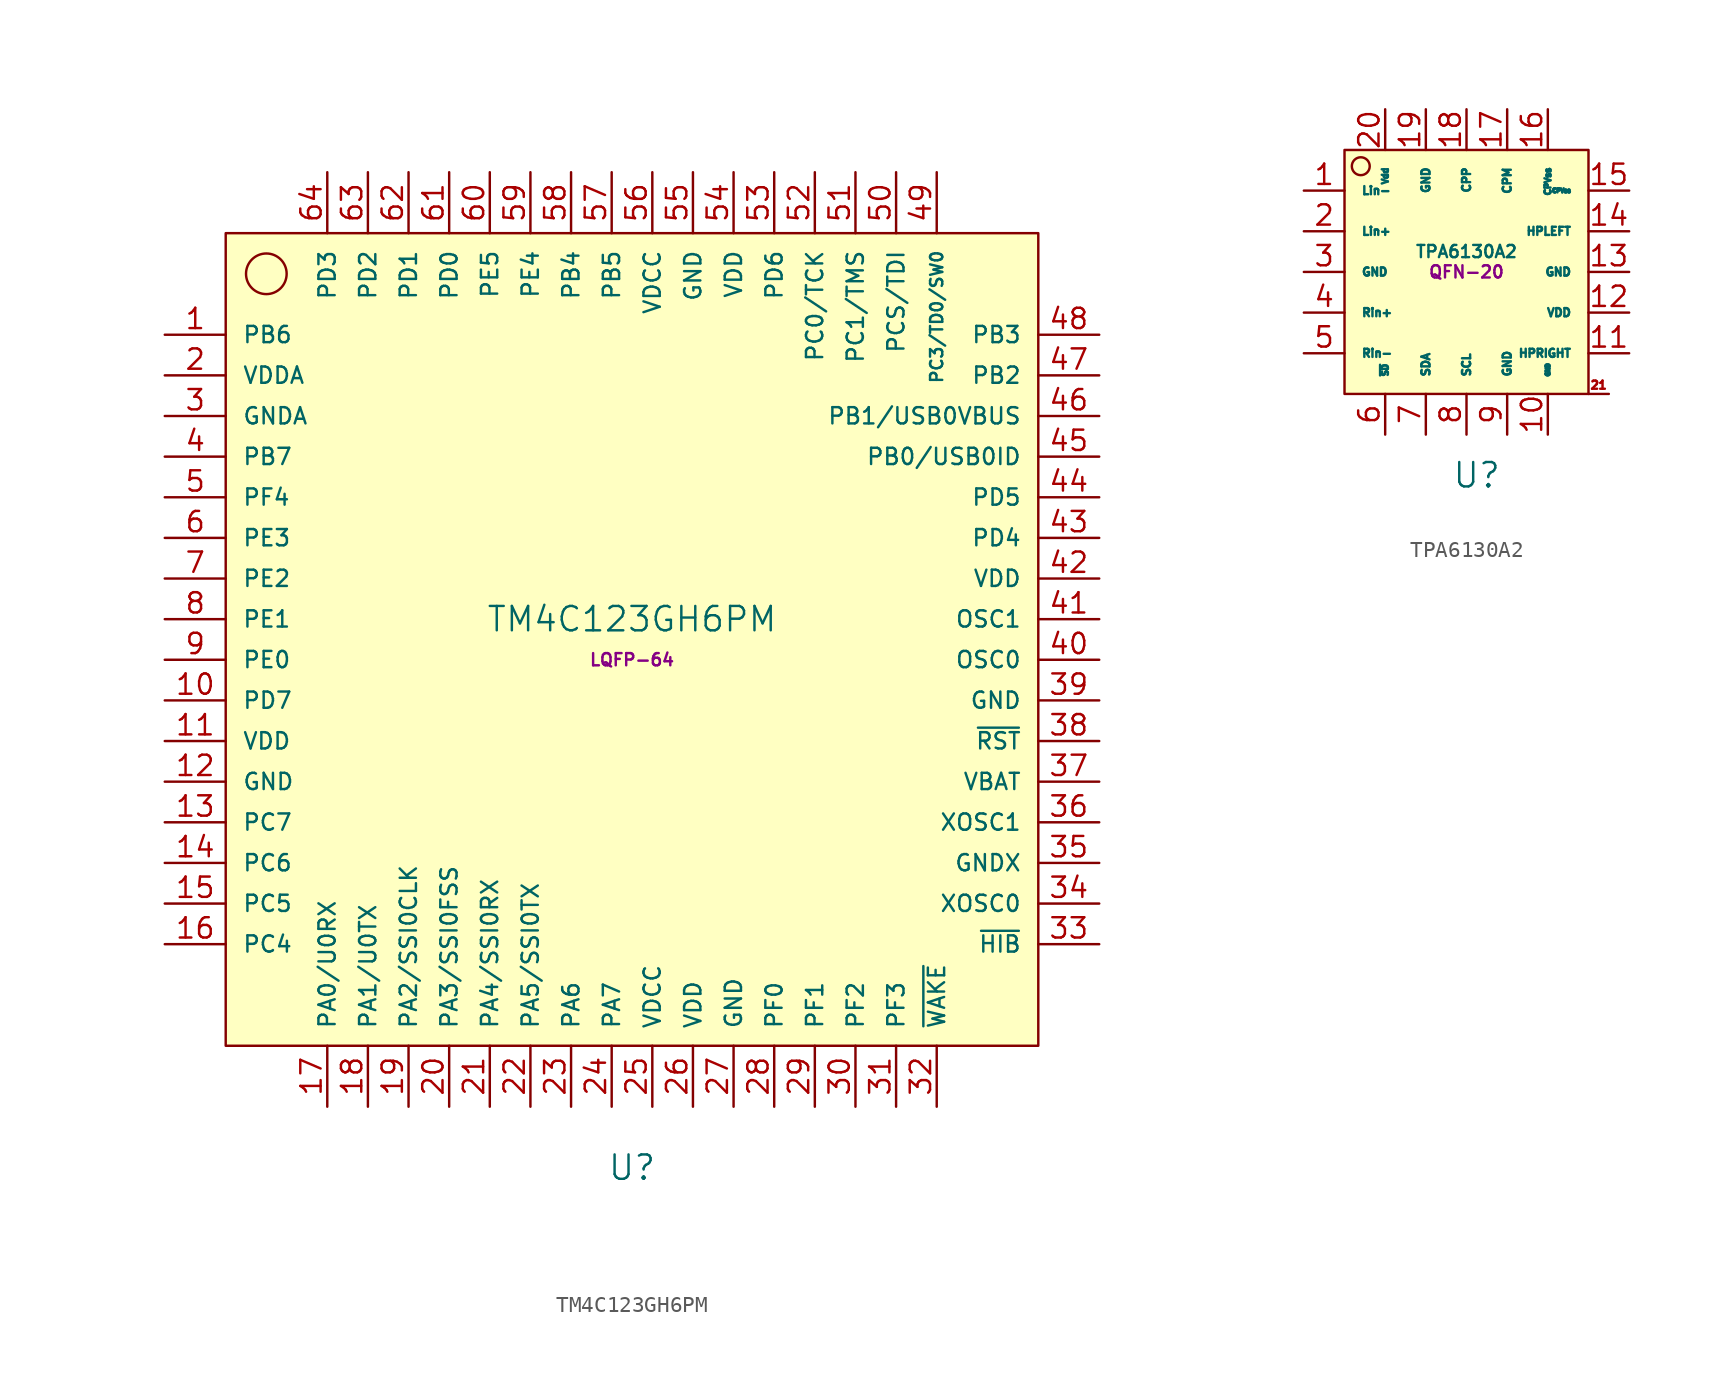
<source format=kicad_sym>
(kicad_symbol_lib
  (version 20220914)
  (generator kicad_symbol_editor)
  (symbol "TM4C123GH6PM"
    (pin_names
      (offset 1.016))
    (property "Reference" "U"
      (at 0 -33.02 0)
      (effects (font (size 1.524 1.524))))
    (property "Value" "TM4C123GH6PM"
      (at 0 1.27 0)
      (effects (font (size 1.524 1.524))))
    (property "Footprint" "LQFP-64"
      (at 0 -1.27 0)
      (effects (font (size 0.762 0.762))))
    (property "Datasheet" ""
      (at 0 0 0)
      (effects (font (size 1.524 1.524))))
    (symbol "TM4C123GH6PM_0_1"
      (rectangle (start -25.4 25.4) (end 25.4 -25.4) (stroke (width 0) (type default)) (fill (type background)))
      (circle (center -22.86 22.86) (radius 1.27) (stroke (width 0) (type default)) (fill (type none))))
    (symbol "TM4C123GH6PM_1_1"
      (pin input line (at -29.21 19.05 0) (length 3.81) (name "PB6" (effects (font (size 1.016 1.016)))) (number "1" (effects (font (size 1.27 1.27)))))
      (pin input line (at -29.21 -3.81 0) (length 3.81) (name "PD7" (effects (font (size 1.016 1.016)))) (number "10" (effects (font (size 1.27 1.27)))))
      (pin input line (at -29.21 -6.35 0) (length 3.81) (name "VDD" (effects (font (size 1.016 1.016)))) (number "11" (effects (font (size 1.27 1.27)))))
      (pin input line (at -29.21 -8.89 0) (length 3.81) (name "GND" (effects (font (size 1.016 1.016)))) (number "12" (effects (font (size 1.27 1.27)))))
      (pin input line (at -29.21 -11.43 0) (length 3.81) (name "PC7" (effects (font (size 1.016 1.016)))) (number "13" (effects (font (size 1.27 1.27)))))
      (pin input line (at -29.21 -13.97 0) (length 3.81) (name "PC6" (effects (font (size 1.016 1.016)))) (number "14" (effects (font (size 1.27 1.27)))))
      (pin input line (at -29.21 -16.51 0) (length 3.81) (name "PC5" (effects (font (size 1.016 1.016)))) (number "15" (effects (font (size 1.27 1.27)))))
      (pin input line (at -29.21 -19.05 0) (length 3.81) (name "PC4" (effects (font (size 1.016 1.016)))) (number "16" (effects (font (size 1.27 1.27)))))
      (pin input line (at -19.05 -29.21 90) (length 3.81) (name "PA0/U0RX" (effects (font (size 1.016 1.016)))) (number "17" (effects (font (size 1.27 1.27)))))
      (pin input line (at -16.51 -29.21 90) (length 3.81) (name "PA1/U0TX" (effects (font (size 1.016 1.016)))) (number "18" (effects (font (size 1.27 1.27)))))
      (pin input line (at -13.97 -29.21 90) (length 3.81) (name "PA2/SSI0CLK" (effects (font (size 1.016 1.016)))) (number "19" (effects (font (size 1.27 1.27)))))
      (pin input line (at -29.21 16.51 0) (length 3.81) (name "VDDA" (effects (font (size 1.016 1.016)))) (number "2" (effects (font (size 1.27 1.27)))))
      (pin input line (at -11.43 -29.21 90) (length 3.81) (name "PA3/SSI0FSS" (effects (font (size 1.016 1.016)))) (number "20" (effects (font (size 1.27 1.27)))))
      (pin input line (at -8.89 -29.21 90) (length 3.81) (name "PA4/SSI0RX" (effects (font (size 1.016 1.016)))) (number "21" (effects (font (size 1.27 1.27)))))
      (pin input line (at -6.35 -29.21 90) (length 3.81) (name "PA5/SSI0TX" (effects (font (size 1.016 1.016)))) (number "22" (effects (font (size 1.27 1.27)))))
      (pin input line (at -3.81 -29.21 90) (length 3.81) (name "PA6" (effects (font (size 1.016 1.016)))) (number "23" (effects (font (size 1.27 1.27)))))
      (pin input line (at -1.27 -29.21 90) (length 3.81) (name "PA7" (effects (font (size 1.016 1.016)))) (number "24" (effects (font (size 1.27 1.27)))))
      (pin input line (at 1.27 -29.21 90) (length 3.81) (name "VDCC" (effects (font (size 1.016 1.016)))) (number "25" (effects (font (size 1.27 1.27)))))
      (pin input line (at 3.81 -29.21 90) (length 3.81) (name "VDD" (effects (font (size 1.016 1.016)))) (number "26" (effects (font (size 1.27 1.27)))))
      (pin input line (at 6.35 -29.21 90) (length 3.81) (name "GND" (effects (font (size 1.016 1.016)))) (number "27" (effects (font (size 1.27 1.27)))))
      (pin input line (at 8.89 -29.21 90) (length 3.81) (name "PF0" (effects (font (size 1.016 1.016)))) (number "28" (effects (font (size 1.27 1.27)))))
      (pin input line (at 11.43 -29.21 90) (length 3.81) (name "PF1" (effects (font (size 1.016 1.016)))) (number "29" (effects (font (size 1.27 1.27)))))
      (pin input line (at -29.21 13.97 0) (length 3.81) (name "GNDA" (effects (font (size 1.016 1.016)))) (number "3" (effects (font (size 1.27 1.27)))))
      (pin input line (at 13.97 -29.21 90) (length 3.81) (name "PF2" (effects (font (size 1.016 1.016)))) (number "30" (effects (font (size 1.27 1.27)))))
      (pin input line (at 16.51 -29.21 90) (length 3.81) (name "PF3" (effects (font (size 1.016 1.016)))) (number "31" (effects (font (size 1.27 1.27)))))
      (pin input line (at 19.05 -29.21 90) (length 3.81) (name "~{WAKE}" (effects (font (size 1.016 1.016)))) (number "32" (effects (font (size 1.27 1.27)))))
      (pin input line (at 29.21 -19.05 180) (length 3.81) (name "~{HIB}" (effects (font (size 1.016 1.016)))) (number "33" (effects (font (size 1.27 1.27)))))
      (pin input line (at 29.21 -16.51 180) (length 3.81) (name "XOSC0" (effects (font (size 1.016 1.016)))) (number "34" (effects (font (size 1.27 1.27)))))
      (pin input line (at 29.21 -13.97 180) (length 3.81) (name "GNDX" (effects (font (size 1.016 1.016)))) (number "35" (effects (font (size 1.27 1.27)))))
      (pin input line (at 29.21 -11.43 180) (length 3.81) (name "XOSC1" (effects (font (size 1.016 1.016)))) (number "36" (effects (font (size 1.27 1.27)))))
      (pin input line (at 29.21 -8.89 180) (length 3.81) (name "VBAT" (effects (font (size 1.016 1.016)))) (number "37" (effects (font (size 1.27 1.27)))))
      (pin input line (at 29.21 -6.35 180) (length 3.81) (name "~{RST}" (effects (font (size 1.016 1.016)))) (number "38" (effects (font (size 1.27 1.27)))))
      (pin input line (at 29.21 -3.81 180) (length 3.81) (name "GND" (effects (font (size 1.016 1.016)))) (number "39" (effects (font (size 1.27 1.27)))))
      (pin input line (at -29.21 11.43 0) (length 3.81) (name "PB7" (effects (font (size 1.016 1.016)))) (number "4" (effects (font (size 1.27 1.27)))))
      (pin input line (at 29.21 -1.27 180) (length 3.81) (name "OSC0" (effects (font (size 1.016 1.016)))) (number "40" (effects (font (size 1.27 1.27)))))
      (pin input line (at 29.21 1.27 180) (length 3.81) (name "OSC1" (effects (font (size 1.016 1.016)))) (number "41" (effects (font (size 1.27 1.27)))))
      (pin input line (at 29.21 3.81 180) (length 3.81) (name "VDD" (effects (font (size 1.016 1.016)))) (number "42" (effects (font (size 1.27 1.27)))))
      (pin input line (at 29.21 6.35 180) (length 3.81) (name "PD4" (effects (font (size 1.016 1.016)))) (number "43" (effects (font (size 1.27 1.27)))))
      (pin input line (at 29.21 8.89 180) (length 3.81) (name "PD5" (effects (font (size 1.016 1.016)))) (number "44" (effects (font (size 1.27 1.27)))))
      (pin input line (at 29.21 11.43 180) (length 3.81) (name "PB0/USB0ID" (effects (font (size 1.016 1.016)))) (number "45" (effects (font (size 1.27 1.27)))))
      (pin input line (at 29.21 13.97 180) (length 3.81) (name "PB1/USB0VBUS" (effects (font (size 1.016 1.016)))) (number "46" (effects (font (size 1.27 1.27)))))
      (pin input line (at 29.21 16.51 180) (length 3.81) (name "PB2" (effects (font (size 1.016 1.016)))) (number "47" (effects (font (size 1.27 1.27)))))
      (pin input line (at 29.21 19.05 180) (length 3.81) (name "PB3" (effects (font (size 1.016 1.016)))) (number "48" (effects (font (size 1.27 1.27)))))
      (pin input line (at 19.05 29.21 270) (length 3.81) (name "PC3/TD0/SW0" (effects (font (size 0.762 0.762)))) (number "49" (effects (font (size 1.27 1.27)))))
      (pin input line (at -29.21 8.89 0) (length 3.81) (name "PF4" (effects (font (size 1.016 1.016)))) (number "5" (effects (font (size 1.27 1.27)))))
      (pin input line (at 16.51 29.21 270) (length 3.81) (name "PCS/TDI" (effects (font (size 1.016 1.016)))) (number "50" (effects (font (size 1.27 1.27)))))
      (pin input line (at 13.97 29.21 270) (length 3.81) (name "PC1/TMS" (effects (font (size 1.016 1.016)))) (number "51" (effects (font (size 1.27 1.27)))))
      (pin input line (at 11.43 29.21 270) (length 3.81) (name "PC0/TCK" (effects (font (size 1.016 1.016)))) (number "52" (effects (font (size 1.27 1.27)))))
      (pin input line (at 8.89 29.21 270) (length 3.81) (name "PD6" (effects (font (size 1.016 1.016)))) (number "53" (effects (font (size 1.27 1.27)))))
      (pin input line (at 6.35 29.21 270) (length 3.81) (name "VDD" (effects (font (size 1.016 1.016)))) (number "54" (effects (font (size 1.27 1.27)))))
      (pin input line (at 3.81 29.21 270) (length 3.81) (name "GND" (effects (font (size 1.016 1.016)))) (number "55" (effects (font (size 1.27 1.27)))))
      (pin input line (at 1.27 29.21 270) (length 3.81) (name "VDCC" (effects (font (size 1.016 1.016)))) (number "56" (effects (font (size 1.27 1.27)))))
      (pin input line (at -1.27 29.21 270) (length 3.81) (name "PB5" (effects (font (size 1.016 1.016)))) (number "57" (effects (font (size 1.27 1.27)))))
      (pin input line (at -3.81 29.21 270) (length 3.81) (name "PB4" (effects (font (size 1.016 1.016)))) (number "58" (effects (font (size 1.27 1.27)))))
      (pin input line (at -6.35 29.21 270) (length 3.81) (name "PE4" (effects (font (size 1.016 1.016)))) (number "59" (effects (font (size 1.27 1.27)))))
      (pin input line (at -29.21 6.35 0) (length 3.81) (name "PE3" (effects (font (size 1.016 1.016)))) (number "6" (effects (font (size 1.27 1.27)))))
      (pin input line (at -8.89 29.21 270) (length 3.81) (name "PE5" (effects (font (size 1.016 1.016)))) (number "60" (effects (font (size 1.27 1.27)))))
      (pin input line (at -11.43 29.21 270) (length 3.81) (name "PD0" (effects (font (size 1.016 1.016)))) (number "61" (effects (font (size 1.27 1.27)))))
      (pin input line (at -13.97 29.21 270) (length 3.81) (name "PD1" (effects (font (size 1.016 1.016)))) (number "62" (effects (font (size 1.27 1.27)))))
      (pin input line (at -16.51 29.21 270) (length 3.81) (name "PD2" (effects (font (size 1.016 1.016)))) (number "63" (effects (font (size 1.27 1.27)))))
      (pin input line (at -19.05 29.21 270) (length 3.81) (name "PD3" (effects (font (size 1.016 1.016)))) (number "64" (effects (font (size 1.27 1.27)))))
      (pin input line (at -29.21 3.81 0) (length 3.81) (name "PE2" (effects (font (size 1.016 1.016)))) (number "7" (effects (font (size 1.27 1.27)))))
      (pin input line (at -29.21 1.27 0) (length 3.81) (name "PE1" (effects (font (size 1.016 1.016)))) (number "8" (effects (font (size 1.27 1.27)))))
      (pin input line (at -29.21 -1.27 0) (length 3.81) (name "PE0" (effects (font (size 1.016 1.016)))) (number "9" (effects (font (size 1.27 1.27)))))))
  (symbol "TPA6130A2"
    (pin_names
      (offset 1.016))
    (property "Reference" "U"
      (at 0.635 -12.7 0)
      (effects (font (size 1.524 1.524))))
    (property "Value" "TPA6130A2"
      (at 0 1.27 0)
      (effects (font (size 0.762 0.762))))
    (property "Footprint" "QFN-20"
      (at 0 0 0)
      (effects (font (size 0.762 0.762))))
    (property "Datasheet" ""
      (at 0 0 0)
      (effects (font (size 1.524 1.524))))
    (symbol "TPA6130A2_0_1"
      (rectangle (start -7.62 7.62) (end 7.62 -7.62) (stroke (width 0) (type default)) (fill (type background)))
      (circle (center -6.604 6.604) (radius 0.559) (stroke (width 0) (type default)) (fill (type none))))
    (symbol "TPA6130A2_1_1"
      (pin input line (at -10.16 5.08 0) (length 2.54) (name "Lin-" (effects (font (size 0.508 0.508)))) (number "1" (effects (font (size 1.27 1.27)))))
      (pin input line (at 5.08 -10.16 90) (length 2.54) (name "GND" (effects (font (size 0.254 0.254)))) (number "10" (effects (font (size 1.27 1.27)))))
      (pin input line (at 10.16 -5.08 180) (length 2.54) (name "HPRIGHT" (effects (font (size 0.508 0.508)))) (number "11" (effects (font (size 1.27 1.27)))))
      (pin input line (at 10.16 -2.54 180) (length 2.54) (name "VDD" (effects (font (size 0.508 0.508)))) (number "12" (effects (font (size 1.27 1.27)))))
      (pin input line (at 10.16 0 180) (length 2.54) (name "GND" (effects (font (size 0.508 0.508)))) (number "13" (effects (font (size 1.27 1.27)))))
      (pin input line (at 10.16 2.54 180) (length 2.54) (name "HPLEFT" (effects (font (size 0.508 0.508)))) (number "14" (effects (font (size 1.27 1.27)))))
      (pin input line (at 10.16 5.08 180) (length 2.54) (name "CPVss" (effects (font (size 0.254 0.254)))) (number "15" (effects (font (size 1.27 1.27)))))
      (pin input line (at 5.08 10.16 270) (length 2.54) (name "CPVss" (effects (font (size 0.381 0.381)))) (number "16" (effects (font (size 1.27 1.27)))))
      (pin input line (at 2.54 10.16 270) (length 2.54) (name "CPM" (effects (font (size 0.508 0.508)))) (number "17" (effects (font (size 1.27 1.27)))))
      (pin input line (at 0 10.16 270) (length 2.54) (name "CPP" (effects (font (size 0.508 0.508)))) (number "18" (effects (font (size 1.27 1.27)))))
      (pin input line (at -2.54 10.16 270) (length 2.54) (name "GND" (effects (font (size 0.508 0.508)))) (number "19" (effects (font (size 1.27 1.27)))))
      (pin input line (at -10.16 2.54 0) (length 2.54) (name "Lin+" (effects (font (size 0.508 0.508)))) (number "2" (effects (font (size 1.27 1.27)))))
      (pin input line (at -5.08 10.16 270) (length 2.54) (name "Vdd" (effects (font (size 0.381 0.381)))) (number "20" (effects (font (size 1.27 1.27)))))
      (pin input line (at 8.89 -7.62 180) (length 1.27) (name "~" (effects (font (size 0.254 0.254)))) (number "21" (effects (font (size 0.508 0.508)))))
      (pin input line (at -10.16 0 0) (length 2.54) (name "GND" (effects (font (size 0.508 0.508)))) (number "3" (effects (font (size 1.27 1.27)))))
      (pin input line (at -10.16 -2.54 0) (length 2.54) (name "Rin+" (effects (font (size 0.508 0.508)))) (number "4" (effects (font (size 1.27 1.27)))))
      (pin input line (at -10.16 -5.08 0) (length 2.54) (name "Rin-" (effects (font (size 0.508 0.508)))) (number "5" (effects (font (size 1.27 1.27)))))
      (pin input line (at -5.08 -10.16 90) (length 2.54) (name "~{SD}" (effects (font (size 0.381 0.381)))) (number "6" (effects (font (size 1.27 1.27)))))
      (pin input line (at -2.54 -10.16 90) (length 2.54) (name "SDA" (effects (font (size 0.508 0.508)))) (number "7" (effects (font (size 1.27 1.27)))))
      (pin input line (at 0 -10.16 90) (length 2.54) (name "SCL" (effects (font (size 0.508 0.508)))) (number "8" (effects (font (size 1.27 1.27)))))
      (pin input line (at 2.54 -10.16 90) (length 2.54) (name "GND" (effects (font (size 0.508 0.508)))) (number "9" (effects (font (size 1.27 1.27))))))))
</source>
